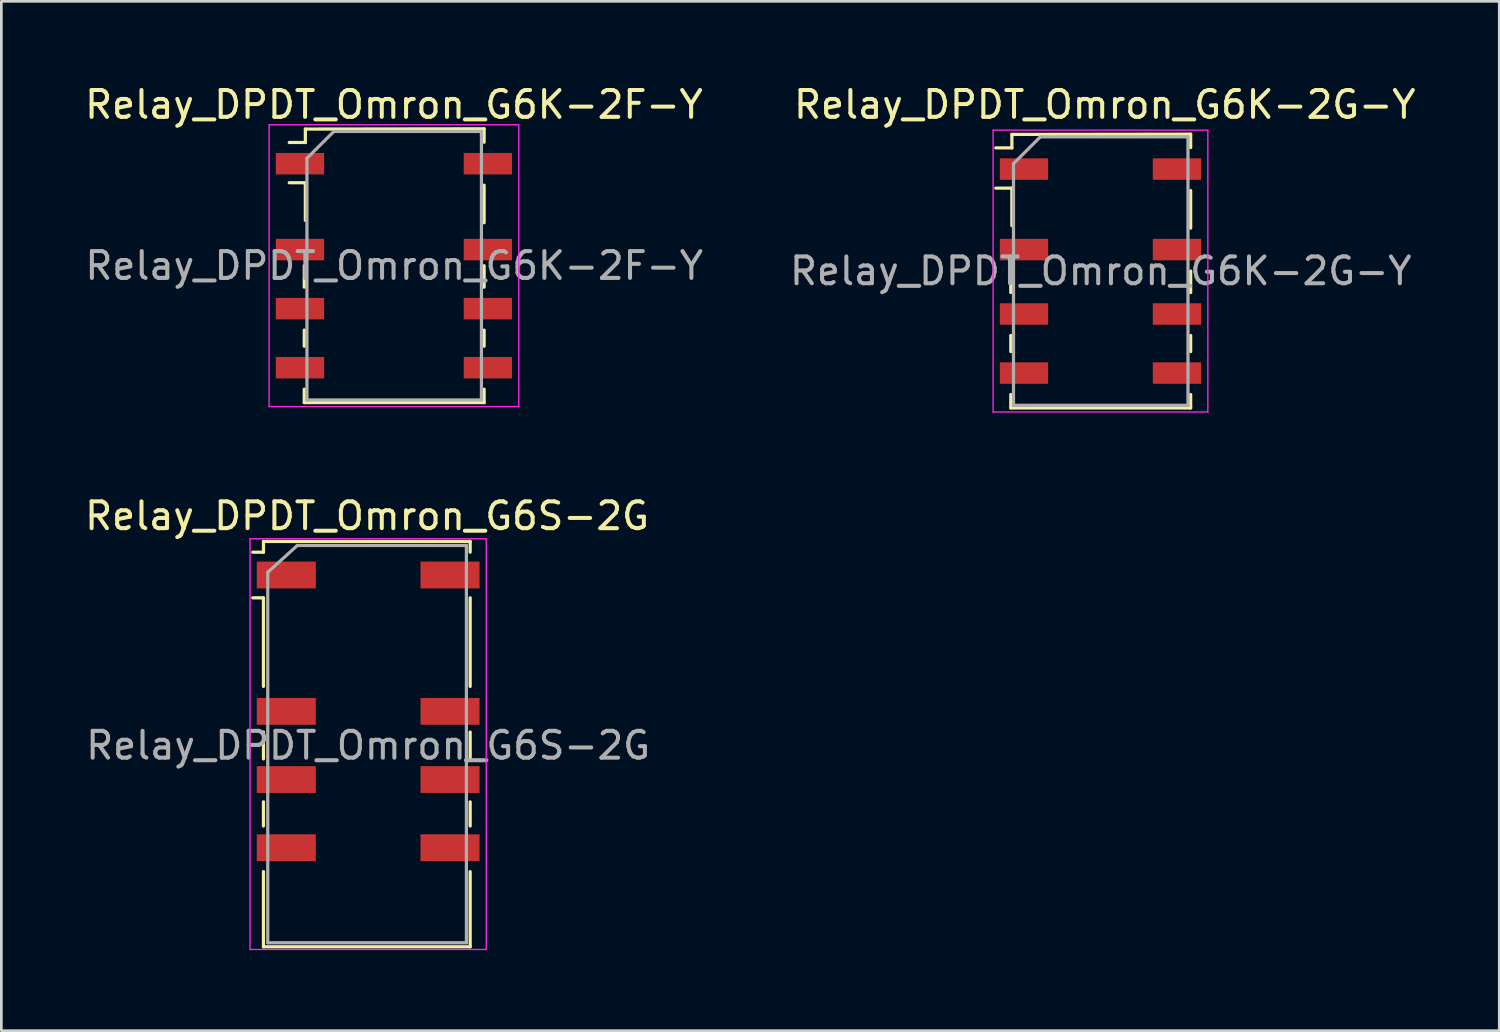
<source format=kicad_pcb>
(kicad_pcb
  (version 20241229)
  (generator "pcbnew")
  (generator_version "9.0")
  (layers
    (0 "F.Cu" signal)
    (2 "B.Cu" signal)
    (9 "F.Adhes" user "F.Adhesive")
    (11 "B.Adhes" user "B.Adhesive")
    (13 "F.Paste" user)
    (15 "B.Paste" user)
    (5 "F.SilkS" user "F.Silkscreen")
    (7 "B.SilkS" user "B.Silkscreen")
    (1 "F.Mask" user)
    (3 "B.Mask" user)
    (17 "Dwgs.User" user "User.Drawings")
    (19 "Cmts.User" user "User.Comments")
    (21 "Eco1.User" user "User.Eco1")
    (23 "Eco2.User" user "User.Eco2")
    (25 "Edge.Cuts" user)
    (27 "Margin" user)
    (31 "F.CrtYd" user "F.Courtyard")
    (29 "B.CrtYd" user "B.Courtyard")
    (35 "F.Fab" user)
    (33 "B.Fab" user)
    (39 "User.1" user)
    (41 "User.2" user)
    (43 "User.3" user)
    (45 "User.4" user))
  (footprint "Relay_DPDT_Omron_G6K-2F-Y"
    (layer "F.Cu")
    (at 11.625 6.848)
    (property "Reference" "Relay_DPDT_Omron_G6K-2F-Y" (at 0 -6 0) (layer "F.SilkS") (effects (font (size 1 1) (thickness 0.15))))
    (attr smd)
    (fp_line (start -3.34 0.8) (end -3.34 0) (stroke (width 0.12) (type solid)) (layer "F.SilkS"))
    (fp_line (start -3.34 3) (end -3.34 2.4) (stroke (width 0.12) (type solid)) (layer "F.SilkS"))
    (fp_line (start -3.34 5.1) (end -3.34 4.6) (stroke (width 0.12) (type solid)) (layer "F.SilkS"))
    (fp_line (start -3.3 -5.09) (end -3.3 -4.59) (stroke (width 0.12) (type solid)) (layer "F.SilkS"))
    (fp_line (start -3.3 -5.09) (end 3.36 -5.1) (stroke (width 0.12) (type solid)) (layer "F.SilkS"))
    (fp_line (start -3.3 -4.59) (end -3.9 -4.59) (stroke (width 0.12) (type solid)) (layer "F.SilkS"))
    (fp_line (start -3.3 -3.09) (end -3.9 -3.09) (stroke (width 0.12) (type solid)) (layer "F.SilkS"))
    (fp_line (start -3.3 -1.69) (end -3.3 -3.09) (stroke (width 0.12) (type solid)) (layer "F.SilkS"))
    (fp_line (start 3.36 -5.1) (end 3.36 -4.6) (stroke (width 0.12) (type solid)) (layer "F.SilkS"))
    (fp_line (start 3.36 -3) (end 3.36 -1.6) (stroke (width 0.12) (type solid)) (layer "F.SilkS"))
    (fp_line (start 3.36 0) (end 3.36 0.8) (stroke (width 0.12) (type solid)) (layer "F.SilkS"))
    (fp_line (start 3.36 2.4) (end 3.36 3) (stroke (width 0.12) (type solid)) (layer "F.SilkS"))
    (fp_line (start 3.36 4.6) (end 3.36 5.1) (stroke (width 0.12) (type solid)) (layer "F.SilkS"))
    (fp_line (start 3.36 5.1) (end -3.34 5.1) (stroke (width 0.12) (type solid)) (layer "F.SilkS"))
    (fp_line (start -4.65 -5.25) (end -4.65 5.25) (stroke (width 0.05) (type solid)) (layer "F.CrtYd"))
    (fp_line (start -4.65 -5.25) (end 4.65 -5.25) (stroke (width 0.05) (type solid)) (layer "F.CrtYd"))
    (fp_line (start 4.65 5.25) (end -4.65 5.25) (stroke (width 0.05) (type solid)) (layer "F.CrtYd"))
    (fp_line (start 4.65 5.25) (end 4.65 -5.25) (stroke (width 0.05) (type solid)) (layer "F.CrtYd"))
    (fp_line (start -3.24 -4) (end -2.24 -5) (stroke (width 0.12) (type solid)) (layer "F.Fab"))
    (fp_line (start -3.24 5) (end -3.24 -4) (stroke (width 0.12) (type solid)) (layer "F.Fab"))
    (fp_line (start -2.24 -5) (end 3.26 -5) (stroke (width 0.12) (type solid)) (layer "F.Fab"))
    (fp_line (start 3.26 -5) (end 3.26 5) (stroke (width 0.12) (type solid)) (layer "F.Fab"))
    (fp_line (start 3.26 5) (end -3.24 5) (stroke (width 0.12) (type solid)) (layer "F.Fab"))
    (fp_text user "${REFERENCE}" (at 0.01 0 0) (layer "F.Fab") (effects (font (size 1 1) (thickness 0.15))))
    (pad "1" smd rect (at -3.5 -3.8) (size 1.8 0.8) (layers "F.Cu" "F.Mask" "F.Paste"))
    (pad "2" smd rect (at -3.5 -0.6) (size 1.8 0.8) (layers "F.Cu" "F.Mask" "F.Paste"))
    (pad "3" smd rect (at -3.5 1.6) (size 1.8 0.8) (layers "F.Cu" "F.Mask" "F.Paste"))
    (pad "4" smd rect (at -3.5 3.8) (size 1.8 0.8) (layers "F.Cu" "F.Mask" "F.Paste"))
    (pad "5" smd rect (at 3.5 3.8) (size 1.8 0.8) (layers "F.Cu" "F.Mask" "F.Paste"))
    (pad "6" smd rect (at 3.5 1.6) (size 1.8 0.8) (layers "F.Cu" "F.Mask" "F.Paste"))
    (pad "7" smd rect (at 3.5 -0.6) (size 1.8 0.8) (layers "F.Cu" "F.Mask" "F.Paste"))
    (pad "8" smd rect (at 3.5 -3.8) (size 1.8 0.8) (layers "F.Cu" "F.Mask" "F.Paste")))
  (footprint "Relay_DPDT_Omron_G6S-2G"
    (layer "F.Cu")
    (at 10.665 24.721)
    (property "Reference" "Relay_DPDT_Omron_G6S-2G" (at -0.04 -8.55 0) (layer "F.SilkS") (effects (font (size 1 1) (thickness 0.15))))
    (attr smd)
    (fp_line (start -4.3 -7.2) (end -3.9 -7.2) (stroke (width 0.12) (type solid)) (layer "F.SilkS"))
    (fp_line (start -3.9 -7.6) (end 3.8 -7.6) (stroke (width 0.12) (type solid)) (layer "F.SilkS"))
    (fp_line (start -3.9 -7.2) (end -3.9 -7.6) (stroke (width 0.12) (type solid)) (layer "F.SilkS"))
    (fp_line (start -3.9 -5.5) (end -4.3 -5.5) (stroke (width 0.12) (type solid)) (layer "F.SilkS"))
    (fp_line (start -3.9 -5.5) (end -3.9 -2.2) (stroke (width 0.12) (type solid)) (layer "F.SilkS"))
    (fp_line (start -3.9 -0.5) (end -3.9 0.5) (stroke (width 0.12) (type solid)) (layer "F.SilkS"))
    (fp_line (start -3.9 2.1) (end -3.9 3) (stroke (width 0.12) (type solid)) (layer "F.SilkS"))
    (fp_line (start -3.9 4.7) (end -3.9 7.5) (stroke (width 0.12) (type solid)) (layer "F.SilkS"))
    (fp_line (start -3.9 7.5) (end 3.8 7.5) (stroke (width 0.12) (type solid)) (layer "F.SilkS"))
    (fp_line (start 3.8 -7.6) (end 3.8 -7.2) (stroke (width 0.12) (type solid)) (layer "F.SilkS"))
    (fp_line (start 3.8 -5.5) (end 3.8 -2.2) (stroke (width 0.12) (type solid)) (layer "F.SilkS"))
    (fp_line (start 3.8 0.5) (end 3.8 -0.5) (stroke (width 0.12) (type solid)) (layer "F.SilkS"))
    (fp_line (start 3.8 3) (end 3.8 2.1) (stroke (width 0.12) (type solid)) (layer "F.SilkS"))
    (fp_line (start 3.8 7.5) (end 3.8 4.7) (stroke (width 0.12) (type solid)) (layer "F.SilkS"))
    (fp_line (start -4.4 -7.7) (end -4.4 7.6) (stroke (width 0.05) (type solid)) (layer "F.CrtYd"))
    (fp_line (start -4.4 -7.7) (end 4.4 -7.7) (stroke (width 0.05) (type solid)) (layer "F.CrtYd"))
    (fp_line (start 4.4 7.6) (end -4.4 7.6) (stroke (width 0.05) (type solid)) (layer "F.CrtYd"))
    (fp_line (start 4.4 7.6) (end 4.4 -7.7) (stroke (width 0.05) (type solid)) (layer "F.CrtYd"))
    (fp_line (start -3.74 -6.45) (end -2.64 -7.45) (stroke (width 0.12) (type solid)) (layer "F.Fab"))
    (fp_line (start -3.74 7.35) (end -3.74 -6.45) (stroke (width 0.12) (type solid)) (layer "F.Fab"))
    (fp_line (start -2.64 -7.45) (end 3.66 -7.45) (stroke (width 0.12) (type solid)) (layer "F.Fab"))
    (fp_line (start 3.66 -7.45) (end 3.66 7.35) (stroke (width 0.12) (type solid)) (layer "F.Fab"))
    (fp_line (start 3.66 7.35) (end -3.74 7.35) (stroke (width 0.12) (type solid)) (layer "F.Fab"))
    (fp_text user "${REFERENCE}" (at 0 0 0) (layer "F.Fab") (effects (font (size 1 1) (thickness 0.15))))
    (pad "1" smd rect (at -3.05 -6.35) (size 2.2 1) (layers "F.Cu" "F.Mask" "F.Paste"))
    (pad "3" smd rect (at -3.05 -1.27) (size 2.2 1) (layers "F.Cu" "F.Mask" "F.Paste"))
    (pad "4" smd rect (at -3.05 1.27) (size 2.2 1) (layers "F.Cu" "F.Mask" "F.Paste"))
    (pad "5" smd rect (at -3.05 3.81) (size 2.2 1) (layers "F.Cu" "F.Mask" "F.Paste"))
    (pad "8" smd rect (at 3.05 3.81) (size 2.2 1) (layers "F.Cu" "F.Mask" "F.Paste"))
    (pad "9" smd rect (at 3.05 1.27) (size 2.2 1) (layers "F.Cu" "F.Mask" "F.Paste"))
    (pad "10" smd rect (at 3.05 -1.27) (size 2.2 1) (layers "F.Cu" "F.Mask" "F.Paste"))
    (pad "12" smd rect (at 3.05 -6.35) (size 2.2 1) (layers "F.Cu" "F.Mask" "F.Paste")))
  (footprint "Relay_DPDT_Omron_G6K-2G-Y"
    (layer "F.Cu")
    (at 37.946 7.048)
    (property "Reference" "Relay_DPDT_Omron_G6K-2G-Y" (at 0.16 -6.2 0) (layer "F.SilkS") (effects (font (size 1 1) (thickness 0.15))))
    (attr smd)
    (fp_line (start -3.34 0.8) (end -3.34 0) (stroke (width 0.12) (type solid)) (layer "F.SilkS"))
    (fp_line (start -3.34 3) (end -3.34 2.4) (stroke (width 0.12) (type solid)) (layer "F.SilkS"))
    (fp_line (start -3.34 5.1) (end -3.34 4.6) (stroke (width 0.12) (type solid)) (layer "F.SilkS"))
    (fp_line (start -3.3 -5.09) (end -3.3 -4.59) (stroke (width 0.12) (type solid)) (layer "F.SilkS"))
    (fp_line (start -3.3 -5.09) (end 3.36 -5.1) (stroke (width 0.12) (type solid)) (layer "F.SilkS"))
    (fp_line (start -3.3 -4.59) (end -3.9 -4.59) (stroke (width 0.12) (type solid)) (layer "F.SilkS"))
    (fp_line (start -3.3 -3.09) (end -3.9 -3.09) (stroke (width 0.12) (type solid)) (layer "F.SilkS"))
    (fp_line (start -3.3 -1.69) (end -3.3 -3.09) (stroke (width 0.12) (type solid)) (layer "F.SilkS"))
    (fp_line (start 3.36 -5.1) (end 3.36 -4.6) (stroke (width 0.12) (type solid)) (layer "F.SilkS"))
    (fp_line (start 3.36 -3) (end 3.36 -1.6) (stroke (width 0.12) (type solid)) (layer "F.SilkS"))
    (fp_line (start 3.36 0) (end 3.36 0.8) (stroke (width 0.12) (type solid)) (layer "F.SilkS"))
    (fp_line (start 3.36 2.4) (end 3.36 3) (stroke (width 0.12) (type solid)) (layer "F.SilkS"))
    (fp_line (start 3.36 4.6) (end 3.36 5.1) (stroke (width 0.12) (type solid)) (layer "F.SilkS"))
    (fp_line (start 3.36 5.1) (end -3.34 5.1) (stroke (width 0.12) (type solid)) (layer "F.SilkS"))
    (fp_line (start -4 -5.25) (end -4 5.25) (stroke (width 0.05) (type solid)) (layer "F.CrtYd"))
    (fp_line (start -4 -5.25) (end 4 -5.25) (stroke (width 0.05) (type solid)) (layer "F.CrtYd"))
    (fp_line (start 4 5.25) (end -4 5.25) (stroke (width 0.05) (type solid)) (layer "F.CrtYd"))
    (fp_line (start 4 5.25) (end 4 -5.25) (stroke (width 0.05) (type solid)) (layer "F.CrtYd"))
    (fp_line (start -3.24 -4) (end -2.24 -5) (stroke (width 0.12) (type solid)) (layer "F.Fab"))
    (fp_line (start -3.24 5) (end -3.24 -4) (stroke (width 0.12) (type solid)) (layer "F.Fab"))
    (fp_line (start -2.24 -5) (end 3.26 -5) (stroke (width 0.12) (type solid)) (layer "F.Fab"))
    (fp_line (start 3.26 -5) (end 3.26 5) (stroke (width 0.12) (type solid)) (layer "F.Fab"))
    (fp_line (start 3.26 5) (end -3.24 5) (stroke (width 0.12) (type solid)) (layer "F.Fab"))
    (fp_text user "${REFERENCE}" (at 0.01 0 0) (layer "F.Fab") (effects (font (size 1 1) (thickness 0.15))))
    (pad "1" smd rect (at -2.85 -3.8) (size 1.8 0.8) (layers "F.Cu" "F.Mask" "F.Paste"))
    (pad "2" smd rect (at -2.85 -0.8) (size 1.8 0.8) (layers "F.Cu" "F.Mask" "F.Paste"))
    (pad "3" smd rect (at -2.85 1.6) (size 1.8 0.8) (layers "F.Cu" "F.Mask" "F.Paste"))
    (pad "4" smd rect (at -2.85 3.8) (size 1.8 0.8) (layers "F.Cu" "F.Mask" "F.Paste"))
    (pad "5" smd rect (at 2.85 3.8) (size 1.8 0.8) (layers "F.Cu" "F.Mask" "F.Paste"))
    (pad "6" smd rect (at 2.85 1.6) (size 1.8 0.8) (layers "F.Cu" "F.Mask" "F.Paste"))
    (pad "7" smd rect (at 2.85 -0.8) (size 1.8 0.8) (layers "F.Cu" "F.Mask" "F.Paste"))
    (pad "8" smd rect (at 2.85 -3.8) (size 1.8 0.8) (layers "F.Cu" "F.Mask" "F.Paste")))
  (gr_rect
    (start -3 -3)
    (end 52.803 35.346)
    (stroke (width 0.1) (type default))
    (fill no)
    (layer "Edge.Cuts")))
</source>
